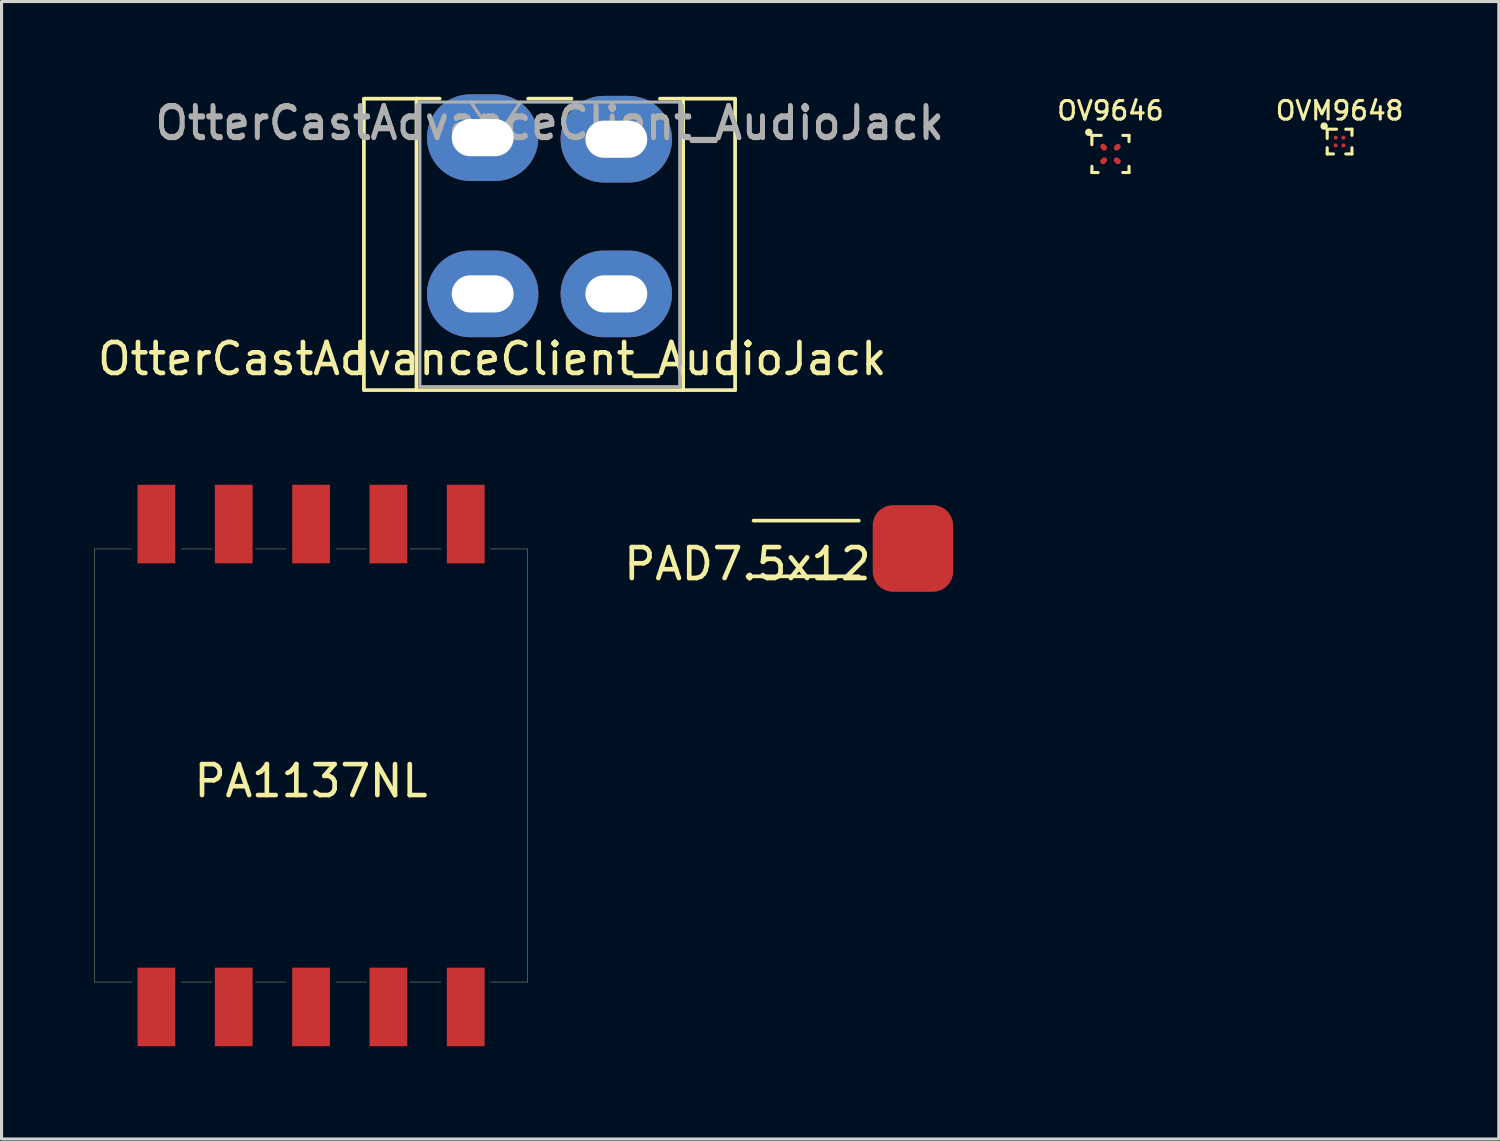
<source format=kicad_pcb>
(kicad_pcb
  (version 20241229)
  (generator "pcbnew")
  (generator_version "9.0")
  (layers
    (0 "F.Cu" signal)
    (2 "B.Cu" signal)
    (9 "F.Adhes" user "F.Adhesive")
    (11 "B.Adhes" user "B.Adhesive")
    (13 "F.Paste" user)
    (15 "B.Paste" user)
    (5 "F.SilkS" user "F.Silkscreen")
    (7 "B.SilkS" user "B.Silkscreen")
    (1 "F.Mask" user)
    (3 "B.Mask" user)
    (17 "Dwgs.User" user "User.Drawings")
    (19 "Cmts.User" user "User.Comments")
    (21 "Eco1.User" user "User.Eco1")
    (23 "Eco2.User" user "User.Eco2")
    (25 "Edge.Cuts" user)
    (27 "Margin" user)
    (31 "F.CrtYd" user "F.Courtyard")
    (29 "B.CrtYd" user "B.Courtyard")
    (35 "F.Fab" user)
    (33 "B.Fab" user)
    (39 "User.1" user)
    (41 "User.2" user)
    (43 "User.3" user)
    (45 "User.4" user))
  (footprint "OV9646"
    (layer "F.Cu")
    (at 32.846 1.927)
    (property "Reference" "OV9646" (at 0 -1.4 0) (layer "F.SilkS") (effects (font (size 0.6 0.6) (thickness 0.1))))
    (attr through_hole)
    (fp_line (start -0.6 -0.6) (end -0.3 -0.6) (stroke (width 0.1) (type solid)) (layer "F.SilkS"))
    (fp_line (start -0.6 -0.3) (end -0.6 -0.6) (stroke (width 0.1) (type solid)) (layer "F.SilkS"))
    (fp_line (start -0.6 0.6) (end -0.6 0.4) (stroke (width 0.1) (type solid)) (layer "F.SilkS"))
    (fp_line (start -0.4 0.6) (end -0.6 0.6) (stroke (width 0.1) (type solid)) (layer "F.SilkS"))
    (fp_line (start 0.4 -0.6) (end 0.6 -0.6) (stroke (width 0.1) (type solid)) (layer "F.SilkS"))
    (fp_line (start 0.6 -0.6) (end 0.6 -0.4) (stroke (width 0.1) (type solid)) (layer "F.SilkS"))
    (fp_line (start 0.6 0.4) (end 0.6 0.6) (stroke (width 0.1) (type solid)) (layer "F.SilkS"))
    (fp_line (start 0.6 0.6) (end 0.4 0.6) (stroke (width 0.1) (type solid)) (layer "F.SilkS"))
    (fp_circle (center -0.7 -0.7) (end -0.7 -0.7) (stroke (width 0.12) (type solid)) (fill no) (layer "F.SilkS"))
    (fp_line (start -0.475 -0.475) (end -0.475 0.475) (stroke (width 0.05) (type solid)) (layer "Eco1.User"))
    (fp_line (start -0.475 0.475) (end 0.475 0.475) (stroke (width 0.05) (type solid)) (layer "Eco1.User"))
    (fp_line (start 0.475 -0.475) (end -0.475 -0.475) (stroke (width 0.05) (type solid)) (layer "Eco1.User"))
    (fp_line (start 0.475 -0.475) (end 0.475 0.475) (stroke (width 0.05) (type solid)) (layer "Eco1.User"))
    (fp_line (start -2.2 0) (end 2.2 0) (stroke (width 0.12) (type solid)) (layer "Eco2.User"))
    (fp_line (start -2 -0.4) (end -2 0.4) (stroke (width 0.12) (type solid)) (layer "Eco2.User"))
    (fp_line (start -1 -0.4) (end -1 0.4) (stroke (width 0.12) (type solid)) (layer "Eco2.User"))
    (fp_line (start 0 -0.4) (end 0 0.4) (stroke (width 0.12) (type solid)) (layer "Eco2.User"))
    (fp_line (start 1 -0.4) (end 1 0.4) (stroke (width 0.12) (type solid)) (layer "Eco2.User"))
    (fp_line (start 2 -0.4) (end 2 0.4) (stroke (width 0.12) (type solid)) (layer "Eco2.User"))
    (pad "A1" smd oval (at -0.22 -0.22 45) (size 0.18 0.24) (layers "F.Cu" "F.Mask" "F.Paste"))
    (pad "A2" smd oval (at 0.22 -0.22 135) (size 0.18 0.24) (layers "F.Cu" "F.Mask" "F.Paste"))
    (pad "B1" smd oval (at -0.22 0.22 135) (size 0.18 0.24) (layers "F.Cu" "F.Mask" "F.Paste"))
    (pad "B2" smd oval (at 0.22 0.22 45) (size 0.18 0.24) (layers "F.Cu" "F.Mask" "F.Paste")))
  (footprint "OtterCastAdvanceClient_AudioJack"
    (layer "F.Cu")
    (at 14.713 1.4)
    (property "Reference" "OtterCastAdvanceClient_AudioJack" (at -1.85 7.15 0) (unlocked yes) (layer "F.SilkS") (effects (font (size 1 1) (thickness 0.15))))
    (attr through_hole)
    (fp_line (start -6 8.16) (end -6 -1.26) (stroke (width 0.12) (type solid)) (layer "F.SilkS"))
    (fp_line (start -5.98 -1.26) (end -4.3 -1.26) (stroke (width 0.12) (type solid)) (layer "F.SilkS"))
    (fp_line (start -5.98 8.16) (end -4.3 8.16) (stroke (width 0.12) (type solid)) (layer "F.SilkS"))
    (fp_line (start -4.3 -1.26) (end -4.3 8.16) (stroke (width 0.12) (type solid)) (layer "F.SilkS"))
    (fp_line (start -4.3 -1.26) (end -3.55 -1.26) (stroke (width 0.12) (type solid)) (layer "F.SilkS"))
    (fp_line (start -4.3 8.16) (end 4.32 8.16) (stroke (width 0.12) (type solid)) (layer "F.SilkS"))
    (fp_line (start -0.69 -1.26) (end 0.71 -1.26) (stroke (width 0.12) (type solid)) (layer "F.SilkS"))
    (fp_line (start 3.57 -1.26) (end 4.32 -1.26) (stroke (width 0.12) (type solid)) (layer "F.SilkS"))
    (fp_line (start 4.32 -1.26) (end 6 -1.26) (stroke (width 0.12) (type solid)) (layer "F.SilkS"))
    (fp_line (start 4.32 8.16) (end 4.32 -1.26) (stroke (width 0.12) (type solid)) (layer "F.SilkS"))
    (fp_line (start 4.32 8.16) (end 6 8.16) (stroke (width 0.12) (type solid)) (layer "F.SilkS"))
    (fp_line (start 6 8.16) (end 6 -1.26) (stroke (width 0.12) (type solid)) (layer "F.SilkS"))
    (fp_line (start -4.19 -1.15) (end -4.19 8.05) (stroke (width 0.1) (type solid)) (layer "F.Fab"))
    (fp_line (start -4.19 8.05) (end 4.21 8.05) (stroke (width 0.1) (type solid)) (layer "F.Fab"))
    (fp_line (start -1.74 0.05) (end -2.54 -1.15) (stroke (width 0.1) (type solid)) (layer "F.Fab"))
    (fp_line (start -0.94 -1.15) (end -1.74 0.05) (stroke (width 0.1) (type solid)) (layer "F.Fab"))
    (fp_line (start 4.21 -1.15) (end -4.19 -1.15) (stroke (width 0.1) (type solid)) (layer "F.Fab"))
    (fp_line (start 4.21 8.05) (end 4.21 -1.15) (stroke (width 0.1) (type solid)) (layer "F.Fab"))
    (fp_text user "${REFERENCE}" (at 0 -0.5 0) (unlocked yes) (layer "F.Fab") (effects (font (size 1 1) (thickness 0.15))))
    (fp_text user "${REFERENCE}" (at 0.01 -0.45 0) (layer "F.Fab") (effects (font (size 1 1) (thickness 0.15))))
    (pad "1" thru_hole oval (at -2.16 0) (size 3.6 2.8) (drill oval 2 1.2) (layers "*.Cu" "*.Mask"))
    (pad "1" thru_hole oval (at -2.16 5.05) (size 3.6 2.8) (drill oval 2 1.2) (layers "*.Cu" "*.Mask"))
    (pad "2" thru_hole oval (at 2.16 0.05) (size 3.6 2.8) (drill oval 2 1.2) (layers "*.Cu" "*.Mask"))
    (pad "2" thru_hole oval (at 2.16 5.05) (size 3.6 2.8) (drill oval 2 1.2) (layers "*.Cu" "*.Mask")))
  (footprint "PA1137NL"
    (layer "F.Cu")
    (at 7.005 21.695)
    (property "Reference" "PA1137NL" (at 0 0.5 0) (layer "F.SilkS") (effects (font (size 1 1) (thickness 0.15))))
    (attr through_hole)
    (fp_line (start -7 -7) (end -7 7) (stroke (width 0.01) (type solid)) (layer "F.SilkS"))
    (fp_line (start -7 7) (end -5.8 7) (stroke (width 0.01) (type solid)) (layer "F.SilkS"))
    (fp_line (start -5.8 -7) (end -7 -7) (stroke (width 0.01) (type solid)) (layer "F.SilkS"))
    (fp_line (start -4.2 -7) (end -3.2 -7) (stroke (width 0.01) (type solid)) (layer "F.SilkS"))
    (fp_line (start -4.2 7) (end -3.2 7) (stroke (width 0.01) (type solid)) (layer "F.SilkS"))
    (fp_line (start -1.8 7) (end -0.8 7) (stroke (width 0.01) (type solid)) (layer "F.SilkS"))
    (fp_line (start -0.8 -7) (end -1.8 -7) (stroke (width 0.01) (type solid)) (layer "F.SilkS"))
    (fp_line (start 0.8 7) (end 1.8 7) (stroke (width 0.01) (type solid)) (layer "F.SilkS"))
    (fp_line (start 1.8 -7) (end 0.8 -7) (stroke (width 0.01) (type solid)) (layer "F.SilkS"))
    (fp_line (start 3.2 -7) (end 4.2 -7) (stroke (width 0.01) (type solid)) (layer "F.SilkS"))
    (fp_line (start 3.2 7) (end 4.2 7) (stroke (width 0.01) (type solid)) (layer "F.SilkS"))
    (fp_line (start 5.8 7) (end 7 7) (stroke (width 0.01) (type solid)) (layer "F.SilkS"))
    (fp_line (start 7 -7) (end 5.8 -7) (stroke (width 0.01) (type solid)) (layer "F.SilkS"))
    (fp_line (start 7 7) (end 7 -7) (stroke (width 0.01) (type solid)) (layer "F.SilkS"))
    (pad "1" smd rect (at 5 7.805) (size 1.22 2.54) (layers "F.Cu" "F.Mask" "F.Paste"))
    (pad "2" smd rect (at 2.5 7.805) (size 1.22 2.54) (layers "F.Cu" "F.Mask" "F.Paste"))
    (pad "3" smd rect (at 0 7.805) (size 1.22 2.54) (layers "F.Cu" "F.Mask" "F.Paste"))
    (pad "4" smd rect (at -2.5 7.805) (size 1.22 2.54) (layers "F.Cu" "F.Mask" "F.Paste"))
    (pad "5" smd rect (at -5 7.805) (size 1.22 2.54) (layers "F.Cu" "F.Mask" "F.Paste"))
    (pad "6" smd rect (at -5 -7.805) (size 1.22 2.54) (layers "F.Cu" "F.Mask" "F.Paste"))
    (pad "7" smd rect (at -2.5 -7.805) (size 1.22 2.54) (layers "F.Cu" "F.Mask" "F.Paste"))
    (pad "8" smd rect (at 0 -7.805) (size 1.22 2.54) (layers "F.Cu" "F.Mask" "F.Paste"))
    (pad "9" smd rect (at 2.5 -7.805) (size 1.22 2.54) (layers "F.Cu" "F.Mask" "F.Paste"))
    (pad "10" smd rect (at 5 -7.805) (size 1.22 2.54) (layers "F.Cu" "F.Mask" "F.Paste")))
  (footprint "OVM9648"
    (layer "F.Cu")
    (at 40.253 1.526)
    (property "Reference" "OVM9648" (at 0 -1 0) (layer "F.SilkS") (effects (font (size 0.6 0.6) (thickness 0.1))))
    (attr through_hole)
    (fp_line (start -0.4 -0.4) (end -0.1 -0.4) (stroke (width 0.1) (type solid)) (layer "F.SilkS"))
    (fp_line (start -0.4 -0.1) (end -0.4 -0.4) (stroke (width 0.1) (type solid)) (layer "F.SilkS"))
    (fp_line (start -0.4 0.4) (end -0.4 0.2) (stroke (width 0.1) (type solid)) (layer "F.SilkS"))
    (fp_line (start -0.2 0.4) (end -0.4 0.4) (stroke (width 0.1) (type solid)) (layer "F.SilkS"))
    (fp_line (start 0.2 -0.4) (end 0.4 -0.4) (stroke (width 0.1) (type solid)) (layer "F.SilkS"))
    (fp_line (start 0.4 -0.4) (end 0.4 -0.2) (stroke (width 0.1) (type solid)) (layer "F.SilkS"))
    (fp_line (start 0.4 0.2) (end 0.4 0.4) (stroke (width 0.1) (type solid)) (layer "F.SilkS"))
    (fp_line (start 0.4 0.4) (end 0.2 0.4) (stroke (width 0.1) (type solid)) (layer "F.SilkS"))
    (fp_circle (center -0.5 -0.5) (end -0.5 -0.5) (stroke (width 0.12) (type solid)) (fill no) (layer "F.SilkS"))
    (fp_line (start -0.3 -0.3) (end 0.3 -0.3) (stroke (width 0.05) (type solid)) (layer "Eco1.User"))
    (fp_line (start -0.3 0.3) (end -0.3 -0.3) (stroke (width 0.05) (type solid)) (layer "Eco1.User"))
    (fp_line (start -0.3 0.3) (end 0.3 0.3) (stroke (width 0.05) (type solid)) (layer "Eco1.User"))
    (fp_line (start 0.3 -0.3) (end 0.3 0.3) (stroke (width 0.05) (type solid)) (layer "Eco1.User"))
    (pad "A1" smd circle (at -0.125 -0.125) (size 0.13 0.13) (layers "F.Cu" "F.Mask" "F.Paste"))
    (pad "A2" smd circle (at 0.125 -0.125 270) (size 0.13 0.13) (layers "F.Cu" "F.Mask" "F.Paste"))
    (pad "B1" smd circle (at -0.125 0.125 90) (size 0.13 0.13) (layers "F.Cu" "F.Mask" "F.Paste"))
    (pad "B2" smd circle (at 0.125 0.125 180) (size 0.13 0.13) (layers "F.Cu" "F.Mask" "F.Paste")))
  (footprint "PAD7.5x12"
    (layer "F.Cu")
    (at 21.111 14.68)
    (property "Reference" "PAD7.5x12" (at 0 0.5 0) (layer "F.SilkS") (effects (font (size 1 1) (thickness 0.15))))
    (attr through_hole)
    (fp_line (start 3.6 -0.9) (end 0.2 -0.9) (stroke (width 0.12) (type solid)) (layer "F.SilkS"))
    (fp_line (start 3.6 0.9) (end 0.2 0.9) (stroke (width 0.12) (type solid)) (layer "F.SilkS"))
    (fp_line (start 0 -2) (end 0 2) (stroke (width 0.12) (type solid)) (layer "Eco1.User"))
    (pad "1" smd roundrect (at 5.35 0) (size 2.6 2.8) (layers "F.Cu" "F.Mask" "F.Paste") (roundrect_rratio 0.25)))
  (gr_rect
    (start -3 -3)
    (end 45.4 33.77)
    (stroke (width 0.1) (type default))
    (fill no)
    (layer "Edge.Cuts")))
</source>
